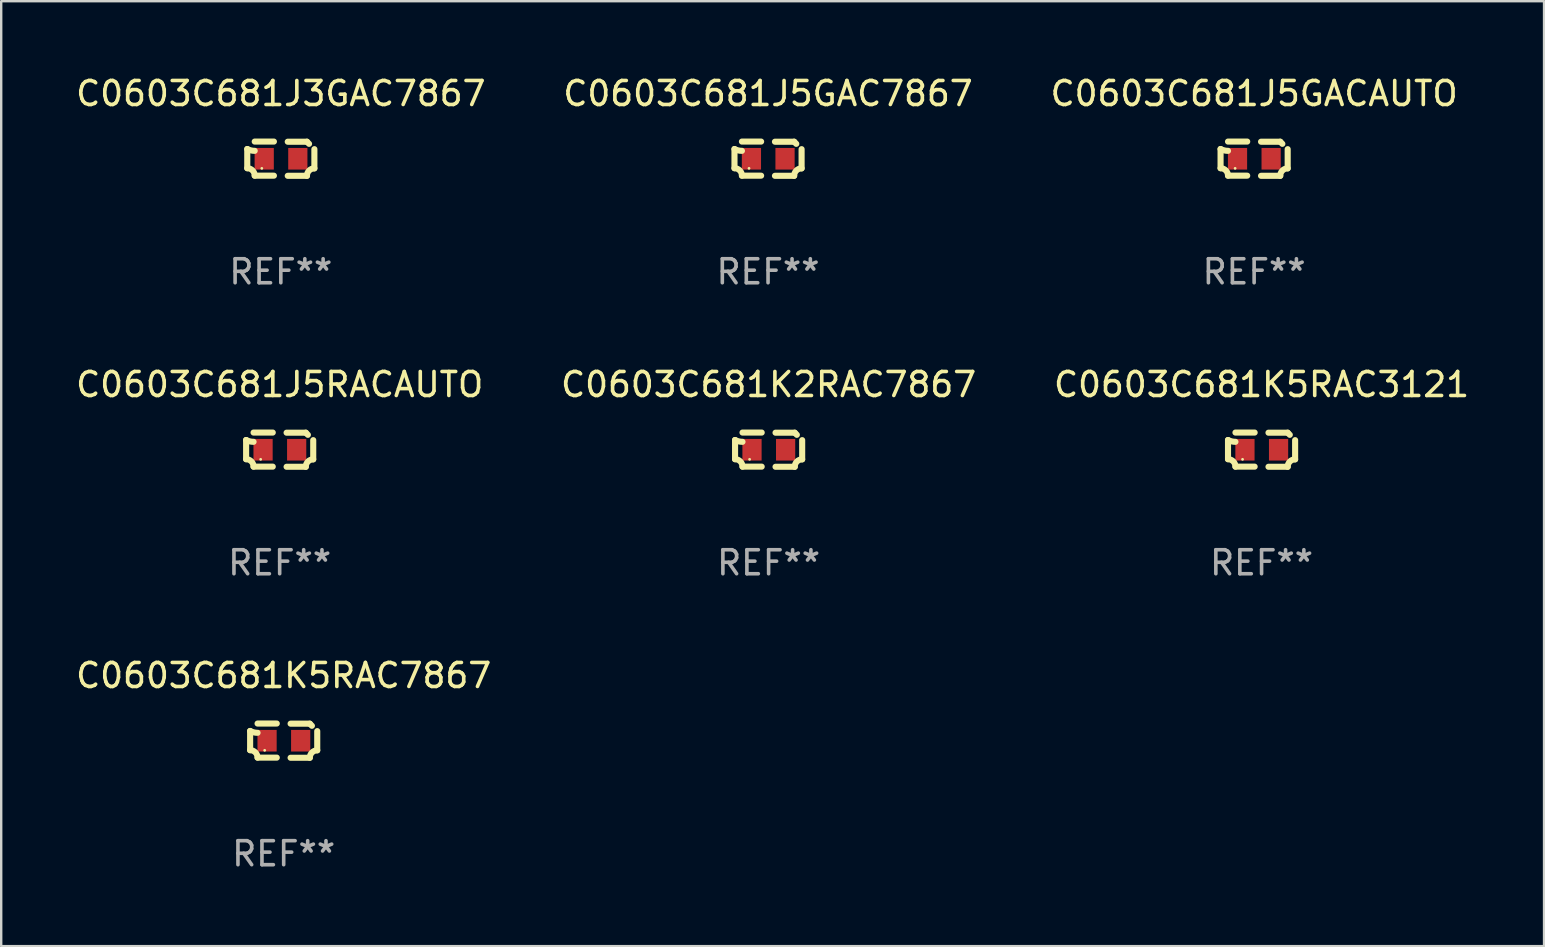
<source format=kicad_pcb>
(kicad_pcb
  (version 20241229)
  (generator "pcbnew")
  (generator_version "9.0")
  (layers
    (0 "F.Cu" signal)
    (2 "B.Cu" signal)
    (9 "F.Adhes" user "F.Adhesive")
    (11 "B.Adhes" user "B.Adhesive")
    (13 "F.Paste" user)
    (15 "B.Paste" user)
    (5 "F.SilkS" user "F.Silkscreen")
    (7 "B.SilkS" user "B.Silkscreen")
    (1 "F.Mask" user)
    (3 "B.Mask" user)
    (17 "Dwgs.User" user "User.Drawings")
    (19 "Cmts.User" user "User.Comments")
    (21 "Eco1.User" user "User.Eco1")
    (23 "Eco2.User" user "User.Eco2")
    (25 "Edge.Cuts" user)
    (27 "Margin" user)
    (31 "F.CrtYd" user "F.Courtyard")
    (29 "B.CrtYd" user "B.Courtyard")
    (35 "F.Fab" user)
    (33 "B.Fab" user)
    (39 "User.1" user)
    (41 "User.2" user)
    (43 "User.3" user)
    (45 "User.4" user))
  (footprint "C0603C681J5GAC7867"
    (layer "F.Cu")
    (at 28.946 3.561)
    (property "Reference" "C0603C681J5GAC7867" (at 0 -2.713 0) (layer "F.SilkS") (effects (font (size 1 1) (thickness 0.15))))
    (attr through_hole)
    (fp_line (start -1.398 -0.403) (end -1.398 0.397) (stroke (width 0.254) (type solid)) (layer "F.SilkS"))
    (fp_line (start -0.288 -0.713) (end -1.088 -0.713) (stroke (width 0.254) (type solid)) (layer "F.SilkS"))
    (fp_line (start -0.288 0.707) (end -1.088 0.707) (stroke (width 0.254) (type solid)) (layer "F.SilkS"))
    (fp_line (start 0.288 -0.707) (end 1.088 -0.707) (stroke (width 0.254) (type solid)) (layer "F.SilkS"))
    (fp_line (start 0.288 0.713) (end 1.088 0.713) (stroke (width 0.254) (type solid)) (layer "F.SilkS"))
    (fp_line (start 1.398 -0.397) (end 1.398 0.403) (stroke (width 0.254) (type solid)) (layer "F.SilkS"))
    (fp_arc (start -1.397789 0.397066) (mid -1.178701 0.487826) (end -1.08796 0.706922) (stroke (width 0.254001) (type solid)) (layer "F.SilkS"))
    (fp_arc (start -1.08796 -0.327176) (mid -1.247436 -0.346384) (end -1.39779 -0.402908) (stroke (width 0.254001) (type solid)) (layer "F.SilkS"))
    (fp_arc (start 1.087909 0.712738) (mid 1.178656 0.493655) (end 1.397739 0.402908) (stroke (width 0.254001) (type solid)) (layer "F.SilkS"))
    (fp_arc (start 1.175925 -0.618926) (mid 1.131917 -0.662923) (end 1.08791 -0.706922) (stroke (width 0.254001) (type solid)) (layer "F.SilkS"))
    (fp_circle (center -0.792 0.403) (end -0.762 0.403) (stroke (width 0.06) (type solid)) (fill no) (layer "F.SilkS"))
    (fp_text user "REF**" (at 0 4.713 0) (layer "F.Fab") (effects (font (size 1 1) (thickness 0.15))))
    (pad "1" smd rect (at -0.692 0.003) (size 0.8 0.9) (layers "F.Cu" "F.Mask" "F.Paste"))
    (pad "2" smd rect (at 0.708 0.003) (size 0.8 0.9) (layers "F.Cu" "F.Mask" "F.Paste")))
  (footprint "C0603C681J3GAC7867"
    (layer "F.Cu")
    (at 8.649 3.561)
    (property "Reference" "C0603C681J3GAC7867" (at 0 -2.713 0) (layer "F.SilkS") (effects (font (size 1 1) (thickness 0.15))))
    (attr through_hole)
    (fp_line (start -1.398 -0.403) (end -1.398 0.397) (stroke (width 0.254) (type solid)) (layer "F.SilkS"))
    (fp_line (start -0.288 -0.713) (end -1.088 -0.713) (stroke (width 0.254) (type solid)) (layer "F.SilkS"))
    (fp_line (start -0.288 0.707) (end -1.088 0.707) (stroke (width 0.254) (type solid)) (layer "F.SilkS"))
    (fp_line (start 0.288 -0.707) (end 1.088 -0.707) (stroke (width 0.254) (type solid)) (layer "F.SilkS"))
    (fp_line (start 0.288 0.713) (end 1.088 0.713) (stroke (width 0.254) (type solid)) (layer "F.SilkS"))
    (fp_line (start 1.398 -0.397) (end 1.398 0.403) (stroke (width 0.254) (type solid)) (layer "F.SilkS"))
    (fp_arc (start -1.397789 0.397066) (mid -1.178701 0.487826) (end -1.08796 0.706922) (stroke (width 0.254001) (type solid)) (layer "F.SilkS"))
    (fp_arc (start -1.08796 -0.327176) (mid -1.247436 -0.346384) (end -1.39779 -0.402908) (stroke (width 0.254001) (type solid)) (layer "F.SilkS"))
    (fp_arc (start 1.087909 0.712738) (mid 1.178656 0.493655) (end 1.397739 0.402908) (stroke (width 0.254001) (type solid)) (layer "F.SilkS"))
    (fp_arc (start 1.175925 -0.618926) (mid 1.131917 -0.662923) (end 1.08791 -0.706922) (stroke (width 0.254001) (type solid)) (layer "F.SilkS"))
    (fp_circle (center -0.792 0.403) (end -0.762 0.403) (stroke (width 0.06) (type solid)) (fill no) (layer "F.SilkS"))
    (fp_text user "REF**" (at 0 4.713 0) (layer "F.Fab") (effects (font (size 1 1) (thickness 0.15))))
    (pad "1" smd rect (at -0.692 0.003) (size 0.8 0.9) (layers "F.Cu" "F.Mask" "F.Paste"))
    (pad "2" smd rect (at 0.708 0.003) (size 0.8 0.9) (layers "F.Cu" "F.Mask" "F.Paste")))
  (footprint "C0603C681K2RAC7867"
    (layer "F.Cu")
    (at 28.97 15.683)
    (property "Reference" "C0603C681K2RAC7867" (at 0 -2.713 0) (layer "F.SilkS") (effects (font (size 1 1) (thickness 0.15))))
    (attr through_hole)
    (fp_line (start -1.398 -0.403) (end -1.398 0.397) (stroke (width 0.254) (type solid)) (layer "F.SilkS"))
    (fp_line (start -0.288 -0.713) (end -1.088 -0.713) (stroke (width 0.254) (type solid)) (layer "F.SilkS"))
    (fp_line (start -0.288 0.707) (end -1.088 0.707) (stroke (width 0.254) (type solid)) (layer "F.SilkS"))
    (fp_line (start 0.288 -0.707) (end 1.088 -0.707) (stroke (width 0.254) (type solid)) (layer "F.SilkS"))
    (fp_line (start 0.288 0.713) (end 1.088 0.713) (stroke (width 0.254) (type solid)) (layer "F.SilkS"))
    (fp_line (start 1.398 -0.397) (end 1.398 0.403) (stroke (width 0.254) (type solid)) (layer "F.SilkS"))
    (fp_arc (start -1.397789 0.397066) (mid -1.178701 0.487826) (end -1.08796 0.706922) (stroke (width 0.254001) (type solid)) (layer "F.SilkS"))
    (fp_arc (start -1.08796 -0.327176) (mid -1.247436 -0.346384) (end -1.39779 -0.402908) (stroke (width 0.254001) (type solid)) (layer "F.SilkS"))
    (fp_arc (start 1.087909 0.712738) (mid 1.178656 0.493655) (end 1.397739 0.402908) (stroke (width 0.254001) (type solid)) (layer "F.SilkS"))
    (fp_arc (start 1.175925 -0.618926) (mid 1.131917 -0.662923) (end 1.08791 -0.706922) (stroke (width 0.254001) (type solid)) (layer "F.SilkS"))
    (fp_circle (center -0.792 0.403) (end -0.762 0.403) (stroke (width 0.06) (type solid)) (fill no) (layer "F.SilkS"))
    (fp_text user "REF**" (at 0 4.713 0) (layer "F.Fab") (effects (font (size 1 1) (thickness 0.15))))
    (pad "1" smd rect (at -0.692 0.003) (size 0.8 0.9) (layers "F.Cu" "F.Mask" "F.Paste"))
    (pad "2" smd rect (at 0.708 0.003) (size 0.8 0.9) (layers "F.Cu" "F.Mask" "F.Paste")))
  (footprint "C0603C681K5RAC7867"
    (layer "F.Cu")
    (at 8.768 27.805)
    (property "Reference" "C0603C681K5RAC7867" (at 0 -2.713 0) (layer "F.SilkS") (effects (font (size 1 1) (thickness 0.15))))
    (attr through_hole)
    (fp_line (start -1.398 -0.403) (end -1.398 0.397) (stroke (width 0.254) (type solid)) (layer "F.SilkS"))
    (fp_line (start -0.288 -0.713) (end -1.088 -0.713) (stroke (width 0.254) (type solid)) (layer "F.SilkS"))
    (fp_line (start -0.288 0.707) (end -1.088 0.707) (stroke (width 0.254) (type solid)) (layer "F.SilkS"))
    (fp_line (start 0.288 -0.707) (end 1.088 -0.707) (stroke (width 0.254) (type solid)) (layer "F.SilkS"))
    (fp_line (start 0.288 0.713) (end 1.088 0.713) (stroke (width 0.254) (type solid)) (layer "F.SilkS"))
    (fp_line (start 1.398 -0.397) (end 1.398 0.403) (stroke (width 0.254) (type solid)) (layer "F.SilkS"))
    (fp_arc (start -1.397789 0.397066) (mid -1.178701 0.487826) (end -1.08796 0.706922) (stroke (width 0.254001) (type solid)) (layer "F.SilkS"))
    (fp_arc (start -1.08796 -0.327176) (mid -1.247436 -0.346384) (end -1.39779 -0.402908) (stroke (width 0.254001) (type solid)) (layer "F.SilkS"))
    (fp_arc (start 1.087909 0.712738) (mid 1.178656 0.493655) (end 1.397739 0.402908) (stroke (width 0.254001) (type solid)) (layer "F.SilkS"))
    (fp_arc (start 1.175925 -0.618926) (mid 1.131917 -0.662923) (end 1.08791 -0.706922) (stroke (width 0.254001) (type solid)) (layer "F.SilkS"))
    (fp_circle (center -0.792 0.403) (end -0.762 0.403) (stroke (width 0.06) (type solid)) (fill no) (layer "F.SilkS"))
    (fp_text user "REF**" (at 0 4.713 0) (layer "F.Fab") (effects (font (size 1 1) (thickness 0.15))))
    (pad "1" smd rect (at -0.692 0.003) (size 0.8 0.9) (layers "F.Cu" "F.Mask" "F.Paste"))
    (pad "2" smd rect (at 0.708 0.003) (size 0.8 0.9) (layers "F.Cu" "F.Mask" "F.Paste")))
  (footprint "C0603C681K5RAC3121"
    (layer "F.Cu")
    (at 49.506 15.683)
    (property "Reference" "C0603C681K5RAC3121" (at 0 -2.713 0) (layer "F.SilkS") (effects (font (size 1 1) (thickness 0.15))))
    (attr through_hole)
    (fp_line (start -1.398 -0.403) (end -1.398 0.397) (stroke (width 0.254) (type solid)) (layer "F.SilkS"))
    (fp_line (start -0.288 -0.713) (end -1.088 -0.713) (stroke (width 0.254) (type solid)) (layer "F.SilkS"))
    (fp_line (start -0.288 0.707) (end -1.088 0.707) (stroke (width 0.254) (type solid)) (layer "F.SilkS"))
    (fp_line (start 0.288 -0.707) (end 1.088 -0.707) (stroke (width 0.254) (type solid)) (layer "F.SilkS"))
    (fp_line (start 0.288 0.713) (end 1.088 0.713) (stroke (width 0.254) (type solid)) (layer "F.SilkS"))
    (fp_line (start 1.398 -0.397) (end 1.398 0.403) (stroke (width 0.254) (type solid)) (layer "F.SilkS"))
    (fp_arc (start -1.397789 0.397066) (mid -1.178701 0.487826) (end -1.08796 0.706922) (stroke (width 0.254001) (type solid)) (layer "F.SilkS"))
    (fp_arc (start -1.08796 -0.327176) (mid -1.247436 -0.346384) (end -1.39779 -0.402908) (stroke (width 0.254001) (type solid)) (layer "F.SilkS"))
    (fp_arc (start 1.087909 0.712738) (mid 1.178656 0.493655) (end 1.397739 0.402908) (stroke (width 0.254001) (type solid)) (layer "F.SilkS"))
    (fp_arc (start 1.175925 -0.618926) (mid 1.131917 -0.662923) (end 1.08791 -0.706922) (stroke (width 0.254001) (type solid)) (layer "F.SilkS"))
    (fp_circle (center -0.792 0.403) (end -0.762 0.403) (stroke (width 0.06) (type solid)) (fill no) (layer "F.SilkS"))
    (fp_text user "REF**" (at 0 4.713 0) (layer "F.Fab") (effects (font (size 1 1) (thickness 0.15))))
    (pad "1" smd rect (at -0.692 0.003) (size 0.8 0.9) (layers "F.Cu" "F.Mask" "F.Paste"))
    (pad "2" smd rect (at 0.708 0.003) (size 0.8 0.9) (layers "F.Cu" "F.Mask" "F.Paste")))
  (footprint "C0603C681J5GACAUTO"
    (layer "F.Cu")
    (at 49.196 3.561)
    (property "Reference" "C0603C681J5GACAUTO" (at 0 -2.713 0) (layer "F.SilkS") (effects (font (size 1 1) (thickness 0.15))))
    (attr through_hole)
    (fp_line (start -1.398 -0.403) (end -1.398 0.397) (stroke (width 0.254) (type solid)) (layer "F.SilkS"))
    (fp_line (start -0.288 -0.713) (end -1.088 -0.713) (stroke (width 0.254) (type solid)) (layer "F.SilkS"))
    (fp_line (start -0.288 0.707) (end -1.088 0.707) (stroke (width 0.254) (type solid)) (layer "F.SilkS"))
    (fp_line (start 0.288 -0.707) (end 1.088 -0.707) (stroke (width 0.254) (type solid)) (layer "F.SilkS"))
    (fp_line (start 0.288 0.713) (end 1.088 0.713) (stroke (width 0.254) (type solid)) (layer "F.SilkS"))
    (fp_line (start 1.398 -0.397) (end 1.398 0.403) (stroke (width 0.254) (type solid)) (layer "F.SilkS"))
    (fp_arc (start -1.397789 0.397066) (mid -1.178701 0.487826) (end -1.08796 0.706922) (stroke (width 0.254001) (type solid)) (layer "F.SilkS"))
    (fp_arc (start -1.08796 -0.327176) (mid -1.247436 -0.346384) (end -1.39779 -0.402908) (stroke (width 0.254001) (type solid)) (layer "F.SilkS"))
    (fp_arc (start 1.087909 0.712738) (mid 1.178656 0.493655) (end 1.397739 0.402908) (stroke (width 0.254001) (type solid)) (layer "F.SilkS"))
    (fp_arc (start 1.175925 -0.618926) (mid 1.131917 -0.662923) (end 1.08791 -0.706922) (stroke (width 0.254001) (type solid)) (layer "F.SilkS"))
    (fp_circle (center -0.792 0.403) (end -0.762 0.403) (stroke (width 0.06) (type solid)) (fill no) (layer "F.SilkS"))
    (fp_text user "REF**" (at 0 4.713 0) (layer "F.Fab") (effects (font (size 1 1) (thickness 0.15))))
    (pad "1" smd rect (at -0.692 0.003) (size 0.8 0.9) (layers "F.Cu" "F.Mask" "F.Paste"))
    (pad "2" smd rect (at 0.708 0.003) (size 0.8 0.9) (layers "F.Cu" "F.Mask" "F.Paste")))
  (footprint "C0603C681J5RACAUTO"
    (layer "F.Cu")
    (at 8.601 15.683)
    (property "Reference" "C0603C681J5RACAUTO" (at 0 -2.713 0) (layer "F.SilkS") (effects (font (size 1 1) (thickness 0.15))))
    (attr through_hole)
    (fp_line (start -1.398 -0.403) (end -1.398 0.397) (stroke (width 0.254) (type solid)) (layer "F.SilkS"))
    (fp_line (start -0.288 -0.713) (end -1.088 -0.713) (stroke (width 0.254) (type solid)) (layer "F.SilkS"))
    (fp_line (start -0.288 0.707) (end -1.088 0.707) (stroke (width 0.254) (type solid)) (layer "F.SilkS"))
    (fp_line (start 0.288 -0.707) (end 1.088 -0.707) (stroke (width 0.254) (type solid)) (layer "F.SilkS"))
    (fp_line (start 0.288 0.713) (end 1.088 0.713) (stroke (width 0.254) (type solid)) (layer "F.SilkS"))
    (fp_line (start 1.398 -0.397) (end 1.398 0.403) (stroke (width 0.254) (type solid)) (layer "F.SilkS"))
    (fp_arc (start -1.397789 0.397066) (mid -1.178701 0.487826) (end -1.08796 0.706922) (stroke (width 0.254001) (type solid)) (layer "F.SilkS"))
    (fp_arc (start -1.08796 -0.327176) (mid -1.247436 -0.346384) (end -1.39779 -0.402908) (stroke (width 0.254001) (type solid)) (layer "F.SilkS"))
    (fp_arc (start 1.087909 0.712738) (mid 1.178656 0.493655) (end 1.397739 0.402908) (stroke (width 0.254001) (type solid)) (layer "F.SilkS"))
    (fp_arc (start 1.175925 -0.618926) (mid 1.131917 -0.662923) (end 1.08791 -0.706922) (stroke (width 0.254001) (type solid)) (layer "F.SilkS"))
    (fp_circle (center -0.792 0.403) (end -0.762 0.403) (stroke (width 0.06) (type solid)) (fill no) (layer "F.SilkS"))
    (fp_text user "REF**" (at 0 4.713 0) (layer "F.Fab") (effects (font (size 1 1) (thickness 0.15))))
    (pad "1" smd rect (at -0.692 0.003) (size 0.8 0.9) (layers "F.Cu" "F.Mask" "F.Paste"))
    (pad "2" smd rect (at 0.708 0.003) (size 0.8 0.9) (layers "F.Cu" "F.Mask" "F.Paste")))
  (gr_rect
    (start -3 -3)
    (end 61.274 36.366)
    (stroke (width 0.1) (type default))
    (fill no)
    (layer "Edge.Cuts")))
</source>
